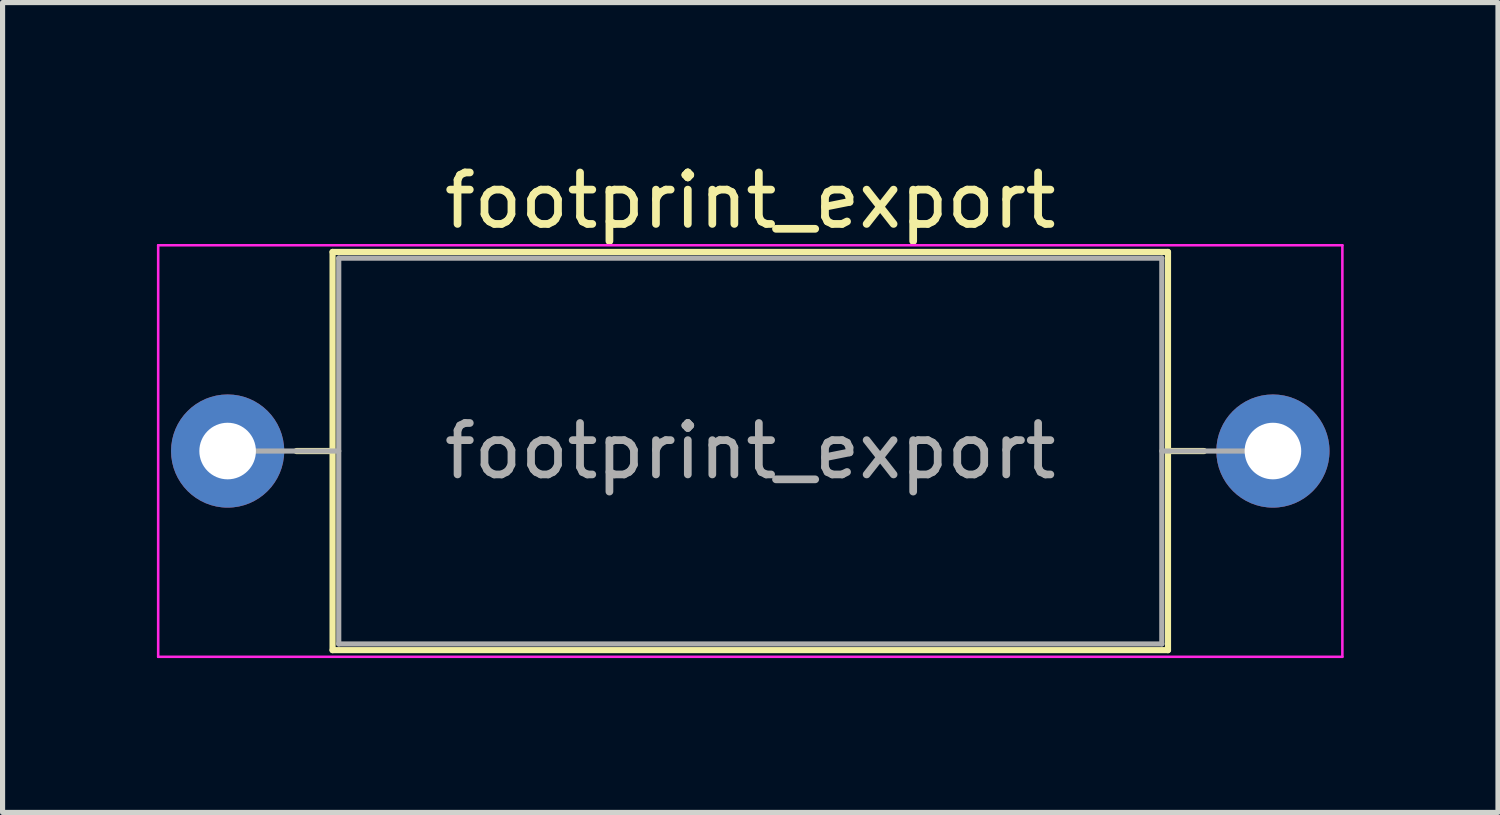
<source format=kicad_pcb>
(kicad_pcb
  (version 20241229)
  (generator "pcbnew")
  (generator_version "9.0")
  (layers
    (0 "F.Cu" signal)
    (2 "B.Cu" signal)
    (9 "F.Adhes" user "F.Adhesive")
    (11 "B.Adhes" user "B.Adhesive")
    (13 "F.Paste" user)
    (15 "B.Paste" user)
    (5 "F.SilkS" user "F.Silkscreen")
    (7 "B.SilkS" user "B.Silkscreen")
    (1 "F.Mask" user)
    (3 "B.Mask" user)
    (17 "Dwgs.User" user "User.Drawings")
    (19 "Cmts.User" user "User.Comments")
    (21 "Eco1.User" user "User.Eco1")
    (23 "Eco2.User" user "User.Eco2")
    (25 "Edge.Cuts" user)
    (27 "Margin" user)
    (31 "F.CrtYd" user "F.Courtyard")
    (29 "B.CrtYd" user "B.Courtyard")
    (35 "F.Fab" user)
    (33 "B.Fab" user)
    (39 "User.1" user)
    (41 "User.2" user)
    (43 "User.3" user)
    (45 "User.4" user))
  (footprint "footprint_export"
    (layer "F.Cu")
    (at 1.375 5.718)
    (property "Reference" "footprint_export" (at 10.16 -4.87 0) (layer "F.SilkS") (effects (font (size 1 1) (thickness 0.15))))
    (attr through_hole)
    (fp_line (start 1.34 0) (end 2.04 0) (stroke (width 0.12) (type solid)) (layer "F.SilkS"))
    (fp_line (start 2.04 -3.87) (end 2.04 3.87) (stroke (width 0.12) (type solid)) (layer "F.SilkS"))
    (fp_line (start 2.04 3.87) (end 18.28 3.87) (stroke (width 0.12) (type solid)) (layer "F.SilkS"))
    (fp_line (start 18.28 -3.87) (end 2.04 -3.87) (stroke (width 0.12) (type solid)) (layer "F.SilkS"))
    (fp_line (start 18.28 3.87) (end 18.28 -3.87) (stroke (width 0.12) (type solid)) (layer "F.SilkS"))
    (fp_line (start 18.98 0) (end 18.28 0) (stroke (width 0.12) (type solid)) (layer "F.SilkS"))
    (fp_line (start -1.35 -4) (end -1.35 4) (stroke (width 0.05) (type solid)) (layer "F.CrtYd"))
    (fp_line (start -1.35 4) (end 21.67 4) (stroke (width 0.05) (type solid)) (layer "F.CrtYd"))
    (fp_line (start 21.67 -4) (end -1.35 -4) (stroke (width 0.05) (type solid)) (layer "F.CrtYd"))
    (fp_line (start 21.67 4) (end 21.67 -4) (stroke (width 0.05) (type solid)) (layer "F.CrtYd"))
    (fp_line (start 0 0) (end 2.16 0) (stroke (width 0.1) (type solid)) (layer "F.Fab"))
    (fp_line (start 2.16 -3.75) (end 2.16 3.75) (stroke (width 0.1) (type solid)) (layer "F.Fab"))
    (fp_line (start 2.16 3.75) (end 18.16 3.75) (stroke (width 0.1) (type solid)) (layer "F.Fab"))
    (fp_line (start 18.16 -3.75) (end 2.16 -3.75) (stroke (width 0.1) (type solid)) (layer "F.Fab"))
    (fp_line (start 18.16 3.75) (end 18.16 -3.75) (stroke (width 0.1) (type solid)) (layer "F.Fab"))
    (fp_line (start 20.32 0) (end 18.16 0) (stroke (width 0.1) (type solid)) (layer "F.Fab"))
    (fp_text user "${REFERENCE}" (at 10.16 0 0) (layer "F.Fab") (effects (font (size 1 1) (thickness 0.15))))
    (pad "1" thru_hole circle (at 0 0) (size 2.2 2.2) (drill 1.1) (layers "*.Cu" "*.Mask"))
    (pad "2" thru_hole oval (at 20.32 0) (size 2.2 2.2) (drill 1.1) (layers "*.Cu" "*.Mask")))
  (gr_rect
    (start -3 -3)
    (end 26.07 12.743)
    (stroke (width 0.1) (type default))
    (fill no)
    (layer "Edge.Cuts")))
</source>
